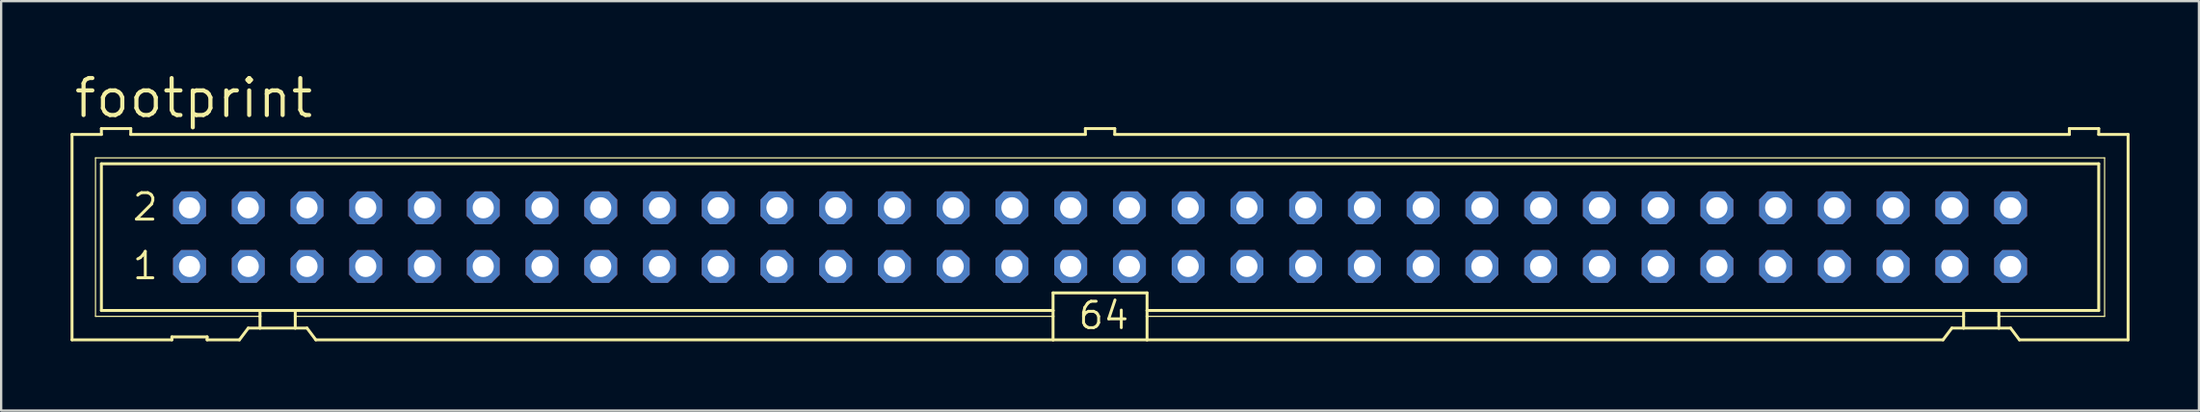
<source format=kicad_pcb>
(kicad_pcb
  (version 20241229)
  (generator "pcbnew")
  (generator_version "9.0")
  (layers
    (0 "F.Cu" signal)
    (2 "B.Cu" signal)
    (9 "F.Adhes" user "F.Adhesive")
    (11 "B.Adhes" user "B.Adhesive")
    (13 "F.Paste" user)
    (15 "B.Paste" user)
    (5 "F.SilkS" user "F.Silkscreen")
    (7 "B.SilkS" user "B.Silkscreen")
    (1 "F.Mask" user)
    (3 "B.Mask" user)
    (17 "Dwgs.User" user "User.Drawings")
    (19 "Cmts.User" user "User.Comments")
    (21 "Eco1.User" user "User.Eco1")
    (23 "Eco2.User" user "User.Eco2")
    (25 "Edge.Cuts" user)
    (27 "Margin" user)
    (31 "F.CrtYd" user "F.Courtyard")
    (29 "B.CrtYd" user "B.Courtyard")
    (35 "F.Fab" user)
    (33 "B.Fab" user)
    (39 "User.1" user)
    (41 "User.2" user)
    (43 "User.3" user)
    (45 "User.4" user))
  (footprint "footprint"
    (layer "F.Cu")
    (at 44.514 7.214)
    (property "Reference" "footprint" (at -44.45 -5.08 0) (layer "F.SilkS") (effects (font (size 1.6 1.6) (thickness 0.178)) (justify left bottom)))
    (fp_line (start -44.45 -4.445) (end -44.45 4.445) (stroke (width 0.127) (type solid)) (layer "F.SilkS"))
    (fp_line (start -44.45 -4.445) (end -43.18 -4.445) (stroke (width 0.127) (type solid)) (layer "F.SilkS"))
    (fp_line (start -44.45 4.445) (end -40.132 4.445) (stroke (width 0.127) (type solid)) (layer "F.SilkS"))
    (fp_line (start -43.434 -3.429) (end -43.434 3.429) (stroke (width 0.051) (type solid)) (layer "F.SilkS"))
    (fp_line (start -43.434 3.429) (end -36.322 3.429) (stroke (width 0.051) (type solid)) (layer "F.SilkS"))
    (fp_line (start -43.18 -4.699) (end -43.18 -4.445) (stroke (width 0.127) (type solid)) (layer "F.SilkS"))
    (fp_line (start -43.18 -3.175) (end -43.18 3.175) (stroke (width 0.127) (type solid)) (layer "F.SilkS"))
    (fp_line (start -43.18 -3.175) (end 43.18 -3.175) (stroke (width 0.127) (type solid)) (layer "F.SilkS"))
    (fp_line (start -41.91 -4.699) (end -43.18 -4.699) (stroke (width 0.127) (type solid)) (layer "F.SilkS"))
    (fp_line (start -41.91 -4.699) (end -41.91 -4.445) (stroke (width 0.127) (type solid)) (layer "F.SilkS"))
    (fp_line (start -41.91 -4.445) (end -0.635 -4.445) (stroke (width 0.127) (type solid)) (layer "F.SilkS"))
    (fp_line (start -40.132 4.318) (end -40.132 4.445) (stroke (width 0.127) (type solid)) (layer "F.SilkS"))
    (fp_line (start -40.132 4.318) (end -38.608 4.318) (stroke (width 0.127) (type solid)) (layer "F.SilkS"))
    (fp_line (start -38.608 4.445) (end -38.608 4.318) (stroke (width 0.127) (type solid)) (layer "F.SilkS"))
    (fp_line (start -38.608 4.445) (end -37.211 4.445) (stroke (width 0.127) (type solid)) (layer "F.SilkS"))
    (fp_line (start -37.211 4.445) (end -36.83 3.937) (stroke (width 0.127) (type solid)) (layer "F.SilkS"))
    (fp_line (start -36.322 3.175) (end -43.18 3.175) (stroke (width 0.127) (type solid)) (layer "F.SilkS"))
    (fp_line (start -36.322 3.175) (end -36.322 3.429) (stroke (width 0.127) (type solid)) (layer "F.SilkS"))
    (fp_line (start -36.322 3.429) (end -36.322 3.937) (stroke (width 0.127) (type solid)) (layer "F.SilkS"))
    (fp_line (start -36.322 3.937) (end -36.83 3.937) (stroke (width 0.127) (type solid)) (layer "F.SilkS"))
    (fp_line (start -34.798 3.175) (end -36.322 3.175) (stroke (width 0.127) (type solid)) (layer "F.SilkS"))
    (fp_line (start -34.798 3.175) (end -34.798 3.429) (stroke (width 0.127) (type solid)) (layer "F.SilkS"))
    (fp_line (start -34.798 3.429) (end -34.798 3.937) (stroke (width 0.127) (type solid)) (layer "F.SilkS"))
    (fp_line (start -34.798 3.429) (end -2.032 3.429) (stroke (width 0.051) (type solid)) (layer "F.SilkS"))
    (fp_line (start -34.798 3.937) (end -36.322 3.937) (stroke (width 0.127) (type solid)) (layer "F.SilkS"))
    (fp_line (start -34.29 3.937) (end -34.798 3.937) (stroke (width 0.127) (type solid)) (layer "F.SilkS"))
    (fp_line (start -34.29 3.937) (end -33.909 4.445) (stroke (width 0.127) (type solid)) (layer "F.SilkS"))
    (fp_line (start -33.909 4.445) (end -2.032 4.445) (stroke (width 0.127) (type solid)) (layer "F.SilkS"))
    (fp_line (start -2.032 3.175) (end -34.798 3.175) (stroke (width 0.127) (type solid)) (layer "F.SilkS"))
    (fp_line (start -2.032 3.175) (end -2.032 2.413) (stroke (width 0.127) (type solid)) (layer "F.SilkS"))
    (fp_line (start -2.032 3.175) (end -2.032 3.429) (stroke (width 0.127) (type solid)) (layer "F.SilkS"))
    (fp_line (start -2.032 3.429) (end -2.032 4.445) (stroke (width 0.127) (type solid)) (layer "F.SilkS"))
    (fp_line (start -0.635 -4.699) (end -0.635 -4.445) (stroke (width 0.127) (type solid)) (layer "F.SilkS"))
    (fp_line (start 0.635 -4.699) (end -0.635 -4.699) (stroke (width 0.127) (type solid)) (layer "F.SilkS"))
    (fp_line (start 0.635 -4.699) (end 0.635 -4.445) (stroke (width 0.127) (type solid)) (layer "F.SilkS"))
    (fp_line (start 0.635 -4.445) (end 41.91 -4.445) (stroke (width 0.127) (type solid)) (layer "F.SilkS"))
    (fp_line (start 2.032 2.413) (end -2.032 2.413) (stroke (width 0.127) (type solid)) (layer "F.SilkS"))
    (fp_line (start 2.032 2.413) (end 2.032 3.175) (stroke (width 0.127) (type solid)) (layer "F.SilkS"))
    (fp_line (start 2.032 3.175) (end 2.032 3.429) (stroke (width 0.127) (type solid)) (layer "F.SilkS"))
    (fp_line (start 2.032 3.429) (end 2.032 4.445) (stroke (width 0.127) (type solid)) (layer "F.SilkS"))
    (fp_line (start 2.032 4.445) (end -2.032 4.445) (stroke (width 0.127) (type solid)) (layer "F.SilkS"))
    (fp_line (start 36.449 4.445) (end 2.032 4.445) (stroke (width 0.127) (type solid)) (layer "F.SilkS"))
    (fp_line (start 36.449 4.445) (end 36.83 3.937) (stroke (width 0.127) (type solid)) (layer "F.SilkS"))
    (fp_line (start 37.338 3.175) (end 2.032 3.175) (stroke (width 0.127) (type solid)) (layer "F.SilkS"))
    (fp_line (start 37.338 3.175) (end 37.338 3.429) (stroke (width 0.127) (type solid)) (layer "F.SilkS"))
    (fp_line (start 37.338 3.429) (end 2.032 3.429) (stroke (width 0.051) (type solid)) (layer "F.SilkS"))
    (fp_line (start 37.338 3.429) (end 37.338 3.937) (stroke (width 0.127) (type solid)) (layer "F.SilkS"))
    (fp_line (start 37.338 3.937) (end 36.83 3.937) (stroke (width 0.127) (type solid)) (layer "F.SilkS"))
    (fp_line (start 38.862 3.175) (end 37.338 3.175) (stroke (width 0.127) (type solid)) (layer "F.SilkS"))
    (fp_line (start 38.862 3.175) (end 38.862 3.429) (stroke (width 0.127) (type solid)) (layer "F.SilkS"))
    (fp_line (start 38.862 3.429) (end 38.862 3.937) (stroke (width 0.127) (type solid)) (layer "F.SilkS"))
    (fp_line (start 38.862 3.429) (end 43.434 3.429) (stroke (width 0.051) (type solid)) (layer "F.SilkS"))
    (fp_line (start 38.862 3.937) (end 37.338 3.937) (stroke (width 0.127) (type solid)) (layer "F.SilkS"))
    (fp_line (start 39.37 3.937) (end 38.862 3.937) (stroke (width 0.127) (type solid)) (layer "F.SilkS"))
    (fp_line (start 39.37 3.937) (end 39.751 4.445) (stroke (width 0.127) (type solid)) (layer "F.SilkS"))
    (fp_line (start 41.91 -4.445) (end 41.91 -4.699) (stroke (width 0.127) (type solid)) (layer "F.SilkS"))
    (fp_line (start 43.18 -4.699) (end 41.91 -4.699) (stroke (width 0.127) (type solid)) (layer "F.SilkS"))
    (fp_line (start 43.18 -4.445) (end 43.18 -4.699) (stroke (width 0.127) (type solid)) (layer "F.SilkS"))
    (fp_line (start 43.18 -4.445) (end 44.45 -4.445) (stroke (width 0.127) (type solid)) (layer "F.SilkS"))
    (fp_line (start 43.18 3.175) (end 38.862 3.175) (stroke (width 0.127) (type solid)) (layer "F.SilkS"))
    (fp_line (start 43.18 3.175) (end 43.18 -3.175) (stroke (width 0.127) (type solid)) (layer "F.SilkS"))
    (fp_line (start 43.434 -3.429) (end -43.434 -3.429) (stroke (width 0.051) (type solid)) (layer "F.SilkS"))
    (fp_line (start 43.434 3.429) (end 43.434 -3.429) (stroke (width 0.051) (type solid)) (layer "F.SilkS"))
    (fp_line (start 44.45 4.445) (end 39.751 4.445) (stroke (width 0.127) (type solid)) (layer "F.SilkS"))
    (fp_line (start 44.45 4.445) (end 44.45 -4.445) (stroke (width 0.127) (type solid)) (layer "F.SilkS"))
    (fp_poly (pts (xy -39.624 -1.016) (xy -39.116 -1.016) (xy -39.116 -1.524) (xy -39.624 -1.524)) (stroke (width 0.1) (type solid)) (fill no) (layer "F.Fab"))
    (fp_poly (pts (xy -39.624 1.524) (xy -39.116 1.524) (xy -39.116 1.016) (xy -39.624 1.016)) (stroke (width 0.1) (type solid)) (fill no) (layer "F.Fab"))
    (fp_poly (pts (xy -37.084 -1.016) (xy -36.576 -1.016) (xy -36.576 -1.524) (xy -37.084 -1.524)) (stroke (width 0.1) (type solid)) (fill no) (layer "F.Fab"))
    (fp_poly (pts (xy -37.084 1.524) (xy -36.576 1.524) (xy -36.576 1.016) (xy -37.084 1.016)) (stroke (width 0.1) (type solid)) (fill no) (layer "F.Fab"))
    (fp_poly (pts (xy -34.544 -1.016) (xy -34.036 -1.016) (xy -34.036 -1.524) (xy -34.544 -1.524)) (stroke (width 0.1) (type solid)) (fill no) (layer "F.Fab"))
    (fp_poly (pts (xy -34.544 1.524) (xy -34.036 1.524) (xy -34.036 1.016) (xy -34.544 1.016)) (stroke (width 0.1) (type solid)) (fill no) (layer "F.Fab"))
    (fp_poly (pts (xy -32.004 -1.016) (xy -31.496 -1.016) (xy -31.496 -1.524) (xy -32.004 -1.524)) (stroke (width 0.1) (type solid)) (fill no) (layer "F.Fab"))
    (fp_poly (pts (xy -32.004 1.524) (xy -31.496 1.524) (xy -31.496 1.016) (xy -32.004 1.016)) (stroke (width 0.1) (type solid)) (fill no) (layer "F.Fab"))
    (fp_poly (pts (xy -29.464 -1.016) (xy -28.956 -1.016) (xy -28.956 -1.524) (xy -29.464 -1.524)) (stroke (width 0.1) (type solid)) (fill no) (layer "F.Fab"))
    (fp_poly (pts (xy -29.464 1.524) (xy -28.956 1.524) (xy -28.956 1.016) (xy -29.464 1.016)) (stroke (width 0.1) (type solid)) (fill no) (layer "F.Fab"))
    (fp_poly (pts (xy -26.924 -1.016) (xy -26.416 -1.016) (xy -26.416 -1.524) (xy -26.924 -1.524)) (stroke (width 0.1) (type solid)) (fill no) (layer "F.Fab"))
    (fp_poly (pts (xy -26.924 1.524) (xy -26.416 1.524) (xy -26.416 1.016) (xy -26.924 1.016)) (stroke (width 0.1) (type solid)) (fill no) (layer "F.Fab"))
    (fp_poly (pts (xy -24.384 -1.016) (xy -23.876 -1.016) (xy -23.876 -1.524) (xy -24.384 -1.524)) (stroke (width 0.1) (type solid)) (fill no) (layer "F.Fab"))
    (fp_poly (pts (xy -24.384 1.524) (xy -23.876 1.524) (xy -23.876 1.016) (xy -24.384 1.016)) (stroke (width 0.1) (type solid)) (fill no) (layer "F.Fab"))
    (fp_poly (pts (xy -21.844 -1.016) (xy -21.336 -1.016) (xy -21.336 -1.524) (xy -21.844 -1.524)) (stroke (width 0.1) (type solid)) (fill no) (layer "F.Fab"))
    (fp_poly (pts (xy -21.844 1.524) (xy -21.336 1.524) (xy -21.336 1.016) (xy -21.844 1.016)) (stroke (width 0.1) (type solid)) (fill no) (layer "F.Fab"))
    (fp_poly (pts (xy -19.304 -1.016) (xy -18.796 -1.016) (xy -18.796 -1.524) (xy -19.304 -1.524)) (stroke (width 0.1) (type solid)) (fill no) (layer "F.Fab"))
    (fp_poly (pts (xy -19.304 1.524) (xy -18.796 1.524) (xy -18.796 1.016) (xy -19.304 1.016)) (stroke (width 0.1) (type solid)) (fill no) (layer "F.Fab"))
    (fp_poly (pts (xy -16.764 -1.016) (xy -16.256 -1.016) (xy -16.256 -1.524) (xy -16.764 -1.524)) (stroke (width 0.1) (type solid)) (fill no) (layer "F.Fab"))
    (fp_poly (pts (xy -16.764 1.524) (xy -16.256 1.524) (xy -16.256 1.016) (xy -16.764 1.016)) (stroke (width 0.1) (type solid)) (fill no) (layer "F.Fab"))
    (fp_poly (pts (xy -14.224 -1.016) (xy -13.716 -1.016) (xy -13.716 -1.524) (xy -14.224 -1.524)) (stroke (width 0.1) (type solid)) (fill no) (layer "F.Fab"))
    (fp_poly (pts (xy -14.224 1.524) (xy -13.716 1.524) (xy -13.716 1.016) (xy -14.224 1.016)) (stroke (width 0.1) (type solid)) (fill no) (layer "F.Fab"))
    (fp_poly (pts (xy -11.684 -1.016) (xy -11.176 -1.016) (xy -11.176 -1.524) (xy -11.684 -1.524)) (stroke (width 0.1) (type solid)) (fill no) (layer "F.Fab"))
    (fp_poly (pts (xy -11.684 1.524) (xy -11.176 1.524) (xy -11.176 1.016) (xy -11.684 1.016)) (stroke (width 0.1) (type solid)) (fill no) (layer "F.Fab"))
    (fp_poly (pts (xy -9.144 -1.016) (xy -8.636 -1.016) (xy -8.636 -1.524) (xy -9.144 -1.524)) (stroke (width 0.1) (type solid)) (fill no) (layer "F.Fab"))
    (fp_poly (pts (xy -9.144 1.524) (xy -8.636 1.524) (xy -8.636 1.016) (xy -9.144 1.016)) (stroke (width 0.1) (type solid)) (fill no) (layer "F.Fab"))
    (fp_poly (pts (xy -6.604 -1.016) (xy -6.096 -1.016) (xy -6.096 -1.524) (xy -6.604 -1.524)) (stroke (width 0.1) (type solid)) (fill no) (layer "F.Fab"))
    (fp_poly (pts (xy -6.604 1.524) (xy -6.096 1.524) (xy -6.096 1.016) (xy -6.604 1.016)) (stroke (width 0.1) (type solid)) (fill no) (layer "F.Fab"))
    (fp_poly (pts (xy -4.064 -1.016) (xy -3.556 -1.016) (xy -3.556 -1.524) (xy -4.064 -1.524)) (stroke (width 0.1) (type solid)) (fill no) (layer "F.Fab"))
    (fp_poly (pts (xy -4.064 1.524) (xy -3.556 1.524) (xy -3.556 1.016) (xy -4.064 1.016)) (stroke (width 0.1) (type solid)) (fill no) (layer "F.Fab"))
    (fp_poly (pts (xy -1.524 -1.016) (xy -1.016 -1.016) (xy -1.016 -1.524) (xy -1.524 -1.524)) (stroke (width 0.1) (type solid)) (fill no) (layer "F.Fab"))
    (fp_poly (pts (xy -1.524 1.524) (xy -1.016 1.524) (xy -1.016 1.016) (xy -1.524 1.016)) (stroke (width 0.1) (type solid)) (fill no) (layer "F.Fab"))
    (fp_poly (pts (xy 1.016 -1.016) (xy 1.524 -1.016) (xy 1.524 -1.524) (xy 1.016 -1.524)) (stroke (width 0.1) (type solid)) (fill no) (layer "F.Fab"))
    (fp_poly (pts (xy 1.016 1.524) (xy 1.524 1.524) (xy 1.524 1.016) (xy 1.016 1.016)) (stroke (width 0.1) (type solid)) (fill no) (layer "F.Fab"))
    (fp_poly (pts (xy 3.556 -1.016) (xy 4.064 -1.016) (xy 4.064 -1.524) (xy 3.556 -1.524)) (stroke (width 0.1) (type solid)) (fill no) (layer "F.Fab"))
    (fp_poly (pts (xy 3.556 1.524) (xy 4.064 1.524) (xy 4.064 1.016) (xy 3.556 1.016)) (stroke (width 0.1) (type solid)) (fill no) (layer "F.Fab"))
    (fp_poly (pts (xy 6.096 -1.016) (xy 6.604 -1.016) (xy 6.604 -1.524) (xy 6.096 -1.524)) (stroke (width 0.1) (type solid)) (fill no) (layer "F.Fab"))
    (fp_poly (pts (xy 6.096 1.524) (xy 6.604 1.524) (xy 6.604 1.016) (xy 6.096 1.016)) (stroke (width 0.1) (type solid)) (fill no) (layer "F.Fab"))
    (fp_poly (pts (xy 8.636 -1.016) (xy 9.144 -1.016) (xy 9.144 -1.524) (xy 8.636 -1.524)) (stroke (width 0.1) (type solid)) (fill no) (layer "F.Fab"))
    (fp_poly (pts (xy 8.636 1.524) (xy 9.144 1.524) (xy 9.144 1.016) (xy 8.636 1.016)) (stroke (width 0.1) (type solid)) (fill no) (layer "F.Fab"))
    (fp_poly (pts (xy 11.176 -1.016) (xy 11.684 -1.016) (xy 11.684 -1.524) (xy 11.176 -1.524)) (stroke (width 0.1) (type solid)) (fill no) (layer "F.Fab"))
    (fp_poly (pts (xy 11.176 1.524) (xy 11.684 1.524) (xy 11.684 1.016) (xy 11.176 1.016)) (stroke (width 0.1) (type solid)) (fill no) (layer "F.Fab"))
    (fp_poly (pts (xy 13.716 -1.016) (xy 14.224 -1.016) (xy 14.224 -1.524) (xy 13.716 -1.524)) (stroke (width 0.1) (type solid)) (fill no) (layer "F.Fab"))
    (fp_poly (pts (xy 13.716 1.524) (xy 14.224 1.524) (xy 14.224 1.016) (xy 13.716 1.016)) (stroke (width 0.1) (type solid)) (fill no) (layer "F.Fab"))
    (fp_poly (pts (xy 16.256 -1.016) (xy 16.764 -1.016) (xy 16.764 -1.524) (xy 16.256 -1.524)) (stroke (width 0.1) (type solid)) (fill no) (layer "F.Fab"))
    (fp_poly (pts (xy 16.256 1.524) (xy 16.764 1.524) (xy 16.764 1.016) (xy 16.256 1.016)) (stroke (width 0.1) (type solid)) (fill no) (layer "F.Fab"))
    (fp_poly (pts (xy 18.796 -1.016) (xy 19.304 -1.016) (xy 19.304 -1.524) (xy 18.796 -1.524)) (stroke (width 0.1) (type solid)) (fill no) (layer "F.Fab"))
    (fp_poly (pts (xy 18.796 1.524) (xy 19.304 1.524) (xy 19.304 1.016) (xy 18.796 1.016)) (stroke (width 0.1) (type solid)) (fill no) (layer "F.Fab"))
    (fp_poly (pts (xy 21.336 -1.016) (xy 21.844 -1.016) (xy 21.844 -1.524) (xy 21.336 -1.524)) (stroke (width 0.1) (type solid)) (fill no) (layer "F.Fab"))
    (fp_poly (pts (xy 21.336 1.524) (xy 21.844 1.524) (xy 21.844 1.016) (xy 21.336 1.016)) (stroke (width 0.1) (type solid)) (fill no) (layer "F.Fab"))
    (fp_poly (pts (xy 23.876 -1.016) (xy 24.384 -1.016) (xy 24.384 -1.524) (xy 23.876 -1.524)) (stroke (width 0.1) (type solid)) (fill no) (layer "F.Fab"))
    (fp_poly (pts (xy 23.876 1.524) (xy 24.384 1.524) (xy 24.384 1.016) (xy 23.876 1.016)) (stroke (width 0.1) (type solid)) (fill no) (layer "F.Fab"))
    (fp_poly (pts (xy 26.416 -1.016) (xy 26.924 -1.016) (xy 26.924 -1.524) (xy 26.416 -1.524)) (stroke (width 0.1) (type solid)) (fill no) (layer "F.Fab"))
    (fp_poly (pts (xy 26.416 1.524) (xy 26.924 1.524) (xy 26.924 1.016) (xy 26.416 1.016)) (stroke (width 0.1) (type solid)) (fill no) (layer "F.Fab"))
    (fp_poly (pts (xy 28.956 -1.016) (xy 29.464 -1.016) (xy 29.464 -1.524) (xy 28.956 -1.524)) (stroke (width 0.1) (type solid)) (fill no) (layer "F.Fab"))
    (fp_poly (pts (xy 28.956 1.524) (xy 29.464 1.524) (xy 29.464 1.016) (xy 28.956 1.016)) (stroke (width 0.1) (type solid)) (fill no) (layer "F.Fab"))
    (fp_poly (pts (xy 31.496 -1.016) (xy 32.004 -1.016) (xy 32.004 -1.524) (xy 31.496 -1.524)) (stroke (width 0.1) (type solid)) (fill no) (layer "F.Fab"))
    (fp_poly (pts (xy 31.496 1.524) (xy 32.004 1.524) (xy 32.004 1.016) (xy 31.496 1.016)) (stroke (width 0.1) (type solid)) (fill no) (layer "F.Fab"))
    (fp_poly (pts (xy 34.036 -1.016) (xy 34.544 -1.016) (xy 34.544 -1.524) (xy 34.036 -1.524)) (stroke (width 0.1) (type solid)) (fill no) (layer "F.Fab"))
    (fp_poly (pts (xy 34.036 1.524) (xy 34.544 1.524) (xy 34.544 1.016) (xy 34.036 1.016)) (stroke (width 0.1) (type solid)) (fill no) (layer "F.Fab"))
    (fp_poly (pts (xy 36.576 -1.016) (xy 37.084 -1.016) (xy 37.084 -1.524) (xy 36.576 -1.524)) (stroke (width 0.1) (type solid)) (fill no) (layer "F.Fab"))
    (fp_poly (pts (xy 36.576 1.524) (xy 37.084 1.524) (xy 37.084 1.016) (xy 36.576 1.016)) (stroke (width 0.1) (type solid)) (fill no) (layer "F.Fab"))
    (fp_poly (pts (xy 39.116 -1.016) (xy 39.624 -1.016) (xy 39.624 -1.524) (xy 39.116 -1.524)) (stroke (width 0.1) (type solid)) (fill no) (layer "F.Fab"))
    (fp_poly (pts (xy 39.116 1.524) (xy 39.624 1.524) (xy 39.624 1.016) (xy 39.116 1.016)) (stroke (width 0.1) (type solid)) (fill no) (layer "F.Fab"))
    (fp_text user "64" (at -1.016 4.064 0) (layer "F.SilkS") (effects (font (size 1.143 1.143) (thickness 0.127)) (justify left bottom)))
    (fp_text user "1" (at -41.91 1.905 0) (layer "F.SilkS") (effects (font (size 1.143 1.143) (thickness 0.127)) (justify left bottom)))
    (fp_text user "2" (at -41.91 -0.635 0) (layer "F.SilkS") (effects (font (size 1.143 1.143) (thickness 0.127)) (justify left bottom)))
    (pad "1" thru_hole roundrect (at -39.37 1.27) (size 1.422 1.422) (drill 0.914) (layers "*.Cu" "*.Mask") (roundrect_rratio 0.25) (chamfer_ratio 0.25) (chamfer top_left top_right bottom_left bottom_right))
    (pad "2" thru_hole roundrect (at -39.37 -1.27) (size 1.422 1.422) (drill 0.914) (layers "*.Cu" "*.Mask") (roundrect_rratio 0.25) (chamfer_ratio 0.25) (chamfer top_left top_right bottom_left bottom_right))
    (pad "3" thru_hole roundrect (at -36.83 1.27) (size 1.422 1.422) (drill 0.914) (layers "*.Cu" "*.Mask") (roundrect_rratio 0.25) (chamfer_ratio 0.25) (chamfer top_left top_right bottom_left bottom_right))
    (pad "4" thru_hole roundrect (at -36.83 -1.27) (size 1.422 1.422) (drill 0.914) (layers "*.Cu" "*.Mask") (roundrect_rratio 0.25) (chamfer_ratio 0.25) (chamfer top_left top_right bottom_left bottom_right))
    (pad "5" thru_hole roundrect (at -34.29 1.27) (size 1.422 1.422) (drill 0.914) (layers "*.Cu" "*.Mask") (roundrect_rratio 0.25) (chamfer_ratio 0.25) (chamfer top_left top_right bottom_left bottom_right))
    (pad "6" thru_hole roundrect (at -34.29 -1.27) (size 1.422 1.422) (drill 0.914) (layers "*.Cu" "*.Mask") (roundrect_rratio 0.25) (chamfer_ratio 0.25) (chamfer top_left top_right bottom_left bottom_right))
    (pad "7" thru_hole roundrect (at -31.75 1.27) (size 1.422 1.422) (drill 0.914) (layers "*.Cu" "*.Mask") (roundrect_rratio 0.25) (chamfer_ratio 0.25) (chamfer top_left top_right bottom_left bottom_right))
    (pad "8" thru_hole roundrect (at -31.75 -1.27) (size 1.422 1.422) (drill 0.914) (layers "*.Cu" "*.Mask") (roundrect_rratio 0.25) (chamfer_ratio 0.25) (chamfer top_left top_right bottom_left bottom_right))
    (pad "9" thru_hole roundrect (at -29.21 1.27) (size 1.422 1.422) (drill 0.914) (layers "*.Cu" "*.Mask") (roundrect_rratio 0.25) (chamfer_ratio 0.25) (chamfer top_left top_right bottom_left bottom_right))
    (pad "10" thru_hole roundrect (at -29.21 -1.27) (size 1.422 1.422) (drill 0.914) (layers "*.Cu" "*.Mask") (roundrect_rratio 0.25) (chamfer_ratio 0.25) (chamfer top_left top_right bottom_left bottom_right))
    (pad "11" thru_hole roundrect (at -26.67 1.27) (size 1.422 1.422) (drill 0.914) (layers "*.Cu" "*.Mask") (roundrect_rratio 0.25) (chamfer_ratio 0.25) (chamfer top_left top_right bottom_left bottom_right))
    (pad "12" thru_hole roundrect (at -26.67 -1.27) (size 1.422 1.422) (drill 0.914) (layers "*.Cu" "*.Mask") (roundrect_rratio 0.25) (chamfer_ratio 0.25) (chamfer top_left top_right bottom_left bottom_right))
    (pad "13" thru_hole roundrect (at -24.13 1.27) (size 1.422 1.422) (drill 0.914) (layers "*.Cu" "*.Mask") (roundrect_rratio 0.25) (chamfer_ratio 0.25) (chamfer top_left top_right bottom_left bottom_right))
    (pad "14" thru_hole roundrect (at -24.13 -1.27) (size 1.422 1.422) (drill 0.914) (layers "*.Cu" "*.Mask") (roundrect_rratio 0.25) (chamfer_ratio 0.25) (chamfer top_left top_right bottom_left bottom_right))
    (pad "15" thru_hole roundrect (at -21.59 1.27) (size 1.422 1.422) (drill 0.914) (layers "*.Cu" "*.Mask") (roundrect_rratio 0.25) (chamfer_ratio 0.25) (chamfer top_left top_right bottom_left bottom_right))
    (pad "16" thru_hole roundrect (at -21.59 -1.27) (size 1.422 1.422) (drill 0.914) (layers "*.Cu" "*.Mask") (roundrect_rratio 0.25) (chamfer_ratio 0.25) (chamfer top_left top_right bottom_left bottom_right))
    (pad "17" thru_hole roundrect (at -19.05 1.27) (size 1.422 1.422) (drill 0.914) (layers "*.Cu" "*.Mask") (roundrect_rratio 0.25) (chamfer_ratio 0.25) (chamfer top_left top_right bottom_left bottom_right))
    (pad "18" thru_hole roundrect (at -19.05 -1.27) (size 1.422 1.422) (drill 0.914) (layers "*.Cu" "*.Mask") (roundrect_rratio 0.25) (chamfer_ratio 0.25) (chamfer top_left top_right bottom_left bottom_right))
    (pad "19" thru_hole roundrect (at -16.51 1.27) (size 1.422 1.422) (drill 0.914) (layers "*.Cu" "*.Mask") (roundrect_rratio 0.25) (chamfer_ratio 0.25) (chamfer top_left top_right bottom_left bottom_right))
    (pad "20" thru_hole roundrect (at -16.51 -1.27) (size 1.422 1.422) (drill 0.914) (layers "*.Cu" "*.Mask") (roundrect_rratio 0.25) (chamfer_ratio 0.25) (chamfer top_left top_right bottom_left bottom_right))
    (pad "21" thru_hole roundrect (at -13.97 1.27) (size 1.422 1.422) (drill 0.914) (layers "*.Cu" "*.Mask") (roundrect_rratio 0.25) (chamfer_ratio 0.25) (chamfer top_left top_right bottom_left bottom_right))
    (pad "22" thru_hole roundrect (at -13.97 -1.27) (size 1.422 1.422) (drill 0.914) (layers "*.Cu" "*.Mask") (roundrect_rratio 0.25) (chamfer_ratio 0.25) (chamfer top_left top_right bottom_left bottom_right))
    (pad "23" thru_hole roundrect (at -11.43 1.27) (size 1.422 1.422) (drill 0.914) (layers "*.Cu" "*.Mask") (roundrect_rratio 0.25) (chamfer_ratio 0.25) (chamfer top_left top_right bottom_left bottom_right))
    (pad "24" thru_hole roundrect (at -11.43 -1.27) (size 1.422 1.422) (drill 0.914) (layers "*.Cu" "*.Mask") (roundrect_rratio 0.25) (chamfer_ratio 0.25) (chamfer top_left top_right bottom_left bottom_right))
    (pad "25" thru_hole roundrect (at -8.89 1.27) (size 1.422 1.422) (drill 0.914) (layers "*.Cu" "*.Mask") (roundrect_rratio 0.25) (chamfer_ratio 0.25) (chamfer top_left top_right bottom_left bottom_right))
    (pad "26" thru_hole roundrect (at -8.89 -1.27) (size 1.422 1.422) (drill 0.914) (layers "*.Cu" "*.Mask") (roundrect_rratio 0.25) (chamfer_ratio 0.25) (chamfer top_left top_right bottom_left bottom_right))
    (pad "27" thru_hole roundrect (at -6.35 1.27) (size 1.422 1.422) (drill 0.914) (layers "*.Cu" "*.Mask") (roundrect_rratio 0.25) (chamfer_ratio 0.25) (chamfer top_left top_right bottom_left bottom_right))
    (pad "28" thru_hole roundrect (at -6.35 -1.27) (size 1.422 1.422) (drill 0.914) (layers "*.Cu" "*.Mask") (roundrect_rratio 0.25) (chamfer_ratio 0.25) (chamfer top_left top_right bottom_left bottom_right))
    (pad "29" thru_hole roundrect (at -3.81 1.27) (size 1.422 1.422) (drill 0.914) (layers "*.Cu" "*.Mask") (roundrect_rratio 0.25) (chamfer_ratio 0.25) (chamfer top_left top_right bottom_left bottom_right))
    (pad "30" thru_hole roundrect (at -3.81 -1.27) (size 1.422 1.422) (drill 0.914) (layers "*.Cu" "*.Mask") (roundrect_rratio 0.25) (chamfer_ratio 0.25) (chamfer top_left top_right bottom_left bottom_right))
    (pad "31" thru_hole roundrect (at -1.27 1.27) (size 1.422 1.422) (drill 0.914) (layers "*.Cu" "*.Mask") (roundrect_rratio 0.25) (chamfer_ratio 0.25) (chamfer top_left top_right bottom_left bottom_right))
    (pad "32" thru_hole roundrect (at -1.27 -1.27) (size 1.422 1.422) (drill 0.914) (layers "*.Cu" "*.Mask") (roundrect_rratio 0.25) (chamfer_ratio 0.25) (chamfer top_left top_right bottom_left bottom_right))
    (pad "33" thru_hole roundrect (at 1.27 1.27) (size 1.422 1.422) (drill 0.914) (layers "*.Cu" "*.Mask") (roundrect_rratio 0.25) (chamfer_ratio 0.25) (chamfer top_left top_right bottom_left bottom_right))
    (pad "34" thru_hole roundrect (at 1.27 -1.27) (size 1.422 1.422) (drill 0.914) (layers "*.Cu" "*.Mask") (roundrect_rratio 0.25) (chamfer_ratio 0.25) (chamfer top_left top_right bottom_left bottom_right))
    (pad "35" thru_hole roundrect (at 3.81 1.27) (size 1.422 1.422) (drill 0.914) (layers "*.Cu" "*.Mask") (roundrect_rratio 0.25) (chamfer_ratio 0.25) (chamfer top_left top_right bottom_left bottom_right))
    (pad "36" thru_hole roundrect (at 3.81 -1.27) (size 1.422 1.422) (drill 0.914) (layers "*.Cu" "*.Mask") (roundrect_rratio 0.25) (chamfer_ratio 0.25) (chamfer top_left top_right bottom_left bottom_right))
    (pad "37" thru_hole roundrect (at 6.35 1.27) (size 1.422 1.422) (drill 0.914) (layers "*.Cu" "*.Mask") (roundrect_rratio 0.25) (chamfer_ratio 0.25) (chamfer top_left top_right bottom_left bottom_right))
    (pad "38" thru_hole roundrect (at 6.35 -1.27) (size 1.422 1.422) (drill 0.914) (layers "*.Cu" "*.Mask") (roundrect_rratio 0.25) (chamfer_ratio 0.25) (chamfer top_left top_right bottom_left bottom_right))
    (pad "39" thru_hole roundrect (at 8.89 1.27) (size 1.422 1.422) (drill 0.914) (layers "*.Cu" "*.Mask") (roundrect_rratio 0.25) (chamfer_ratio 0.25) (chamfer top_left top_right bottom_left bottom_right))
    (pad "40" thru_hole roundrect (at 8.89 -1.27) (size 1.422 1.422) (drill 0.914) (layers "*.Cu" "*.Mask") (roundrect_rratio 0.25) (chamfer_ratio 0.25) (chamfer top_left top_right bottom_left bottom_right))
    (pad "41" thru_hole roundrect (at 11.43 1.27) (size 1.422 1.422) (drill 0.914) (layers "*.Cu" "*.Mask") (roundrect_rratio 0.25) (chamfer_ratio 0.25) (chamfer top_left top_right bottom_left bottom_right))
    (pad "42" thru_hole roundrect (at 11.43 -1.27) (size 1.422 1.422) (drill 0.914) (layers "*.Cu" "*.Mask") (roundrect_rratio 0.25) (chamfer_ratio 0.25) (chamfer top_left top_right bottom_left bottom_right))
    (pad "43" thru_hole roundrect (at 13.97 1.27) (size 1.422 1.422) (drill 0.914) (layers "*.Cu" "*.Mask") (roundrect_rratio 0.25) (chamfer_ratio 0.25) (chamfer top_left top_right bottom_left bottom_right))
    (pad "44" thru_hole roundrect (at 13.97 -1.27) (size 1.422 1.422) (drill 0.914) (layers "*.Cu" "*.Mask") (roundrect_rratio 0.25) (chamfer_ratio 0.25) (chamfer top_left top_right bottom_left bottom_right))
    (pad "45" thru_hole roundrect (at 16.51 1.27) (size 1.422 1.422) (drill 0.914) (layers "*.Cu" "*.Mask") (roundrect_rratio 0.25) (chamfer_ratio 0.25) (chamfer top_left top_right bottom_left bottom_right))
    (pad "46" thru_hole roundrect (at 16.51 -1.27) (size 1.422 1.422) (drill 0.914) (layers "*.Cu" "*.Mask") (roundrect_rratio 0.25) (chamfer_ratio 0.25) (chamfer top_left top_right bottom_left bottom_right))
    (pad "47" thru_hole roundrect (at 19.05 1.27) (size 1.422 1.422) (drill 0.914) (layers "*.Cu" "*.Mask") (roundrect_rratio 0.25) (chamfer_ratio 0.25) (chamfer top_left top_right bottom_left bottom_right))
    (pad "48" thru_hole roundrect (at 19.05 -1.27) (size 1.422 1.422) (drill 0.914) (layers "*.Cu" "*.Mask") (roundrect_rratio 0.25) (chamfer_ratio 0.25) (chamfer top_left top_right bottom_left bottom_right))
    (pad "49" thru_hole roundrect (at 21.59 1.27) (size 1.422 1.422) (drill 0.914) (layers "*.Cu" "*.Mask") (roundrect_rratio 0.25) (chamfer_ratio 0.25) (chamfer top_left top_right bottom_left bottom_right))
    (pad "50" thru_hole roundrect (at 21.59 -1.27) (size 1.422 1.422) (drill 0.914) (layers "*.Cu" "*.Mask") (roundrect_rratio 0.25) (chamfer_ratio 0.25) (chamfer top_left top_right bottom_left bottom_right))
    (pad "51" thru_hole roundrect (at 24.13 1.27) (size 1.422 1.422) (drill 0.914) (layers "*.Cu" "*.Mask") (roundrect_rratio 0.25) (chamfer_ratio 0.25) (chamfer top_left top_right bottom_left bottom_right))
    (pad "52" thru_hole roundrect (at 24.13 -1.27) (size 1.422 1.422) (drill 0.914) (layers "*.Cu" "*.Mask") (roundrect_rratio 0.25) (chamfer_ratio 0.25) (chamfer top_left top_right bottom_left bottom_right))
    (pad "53" thru_hole roundrect (at 26.67 1.27) (size 1.422 1.422) (drill 0.914) (layers "*.Cu" "*.Mask") (roundrect_rratio 0.25) (chamfer_ratio 0.25) (chamfer top_left top_right bottom_left bottom_right))
    (pad "54" thru_hole roundrect (at 26.67 -1.27) (size 1.422 1.422) (drill 0.914) (layers "*.Cu" "*.Mask") (roundrect_rratio 0.25) (chamfer_ratio 0.25) (chamfer top_left top_right bottom_left bottom_right))
    (pad "55" thru_hole roundrect (at 29.21 1.27) (size 1.422 1.422) (drill 0.914) (layers "*.Cu" "*.Mask") (roundrect_rratio 0.25) (chamfer_ratio 0.25) (chamfer top_left top_right bottom_left bottom_right))
    (pad "56" thru_hole roundrect (at 29.21 -1.27) (size 1.422 1.422) (drill 0.914) (layers "*.Cu" "*.Mask") (roundrect_rratio 0.25) (chamfer_ratio 0.25) (chamfer top_left top_right bottom_left bottom_right))
    (pad "57" thru_hole roundrect (at 31.75 1.27) (size 1.422 1.422) (drill 0.914) (layers "*.Cu" "*.Mask") (roundrect_rratio 0.25) (chamfer_ratio 0.25) (chamfer top_left top_right bottom_left bottom_right))
    (pad "58" thru_hole roundrect (at 31.75 -1.27) (size 1.422 1.422) (drill 0.914) (layers "*.Cu" "*.Mask") (roundrect_rratio 0.25) (chamfer_ratio 0.25) (chamfer top_left top_right bottom_left bottom_right))
    (pad "59" thru_hole roundrect (at 34.29 1.27) (size 1.422 1.422) (drill 0.914) (layers "*.Cu" "*.Mask") (roundrect_rratio 0.25) (chamfer_ratio 0.25) (chamfer top_left top_right bottom_left bottom_right))
    (pad "60" thru_hole roundrect (at 34.29 -1.27) (size 1.422 1.422) (drill 0.914) (layers "*.Cu" "*.Mask") (roundrect_rratio 0.25) (chamfer_ratio 0.25) (chamfer top_left top_right bottom_left bottom_right))
    (pad "61" thru_hole roundrect (at 36.83 1.27) (size 1.422 1.422) (drill 0.914) (layers "*.Cu" "*.Mask") (roundrect_rratio 0.25) (chamfer_ratio 0.25) (chamfer top_left top_right bottom_left bottom_right))
    (pad "62" thru_hole roundrect (at 36.83 -1.27) (size 1.422 1.422) (drill 0.914) (layers "*.Cu" "*.Mask") (roundrect_rratio 0.25) (chamfer_ratio 0.25) (chamfer top_left top_right bottom_left bottom_right))
    (pad "63" thru_hole roundrect (at 39.37 1.27) (size 1.422 1.422) (drill 0.914) (layers "*.Cu" "*.Mask") (roundrect_rratio 0.25) (chamfer_ratio 0.25) (chamfer top_left top_right bottom_left bottom_right))
    (pad "64" thru_hole roundrect (at 39.37 -1.27) (size 1.422 1.422) (drill 0.914) (layers "*.Cu" "*.Mask") (roundrect_rratio 0.25) (chamfer_ratio 0.25) (chamfer top_left top_right bottom_left bottom_right)))
  (gr_rect
    (start -3 -3)
    (end 92.027 14.722)
    (stroke (width 0.1) (type default))
    (fill no)
    (layer "Edge.Cuts")))
</source>
